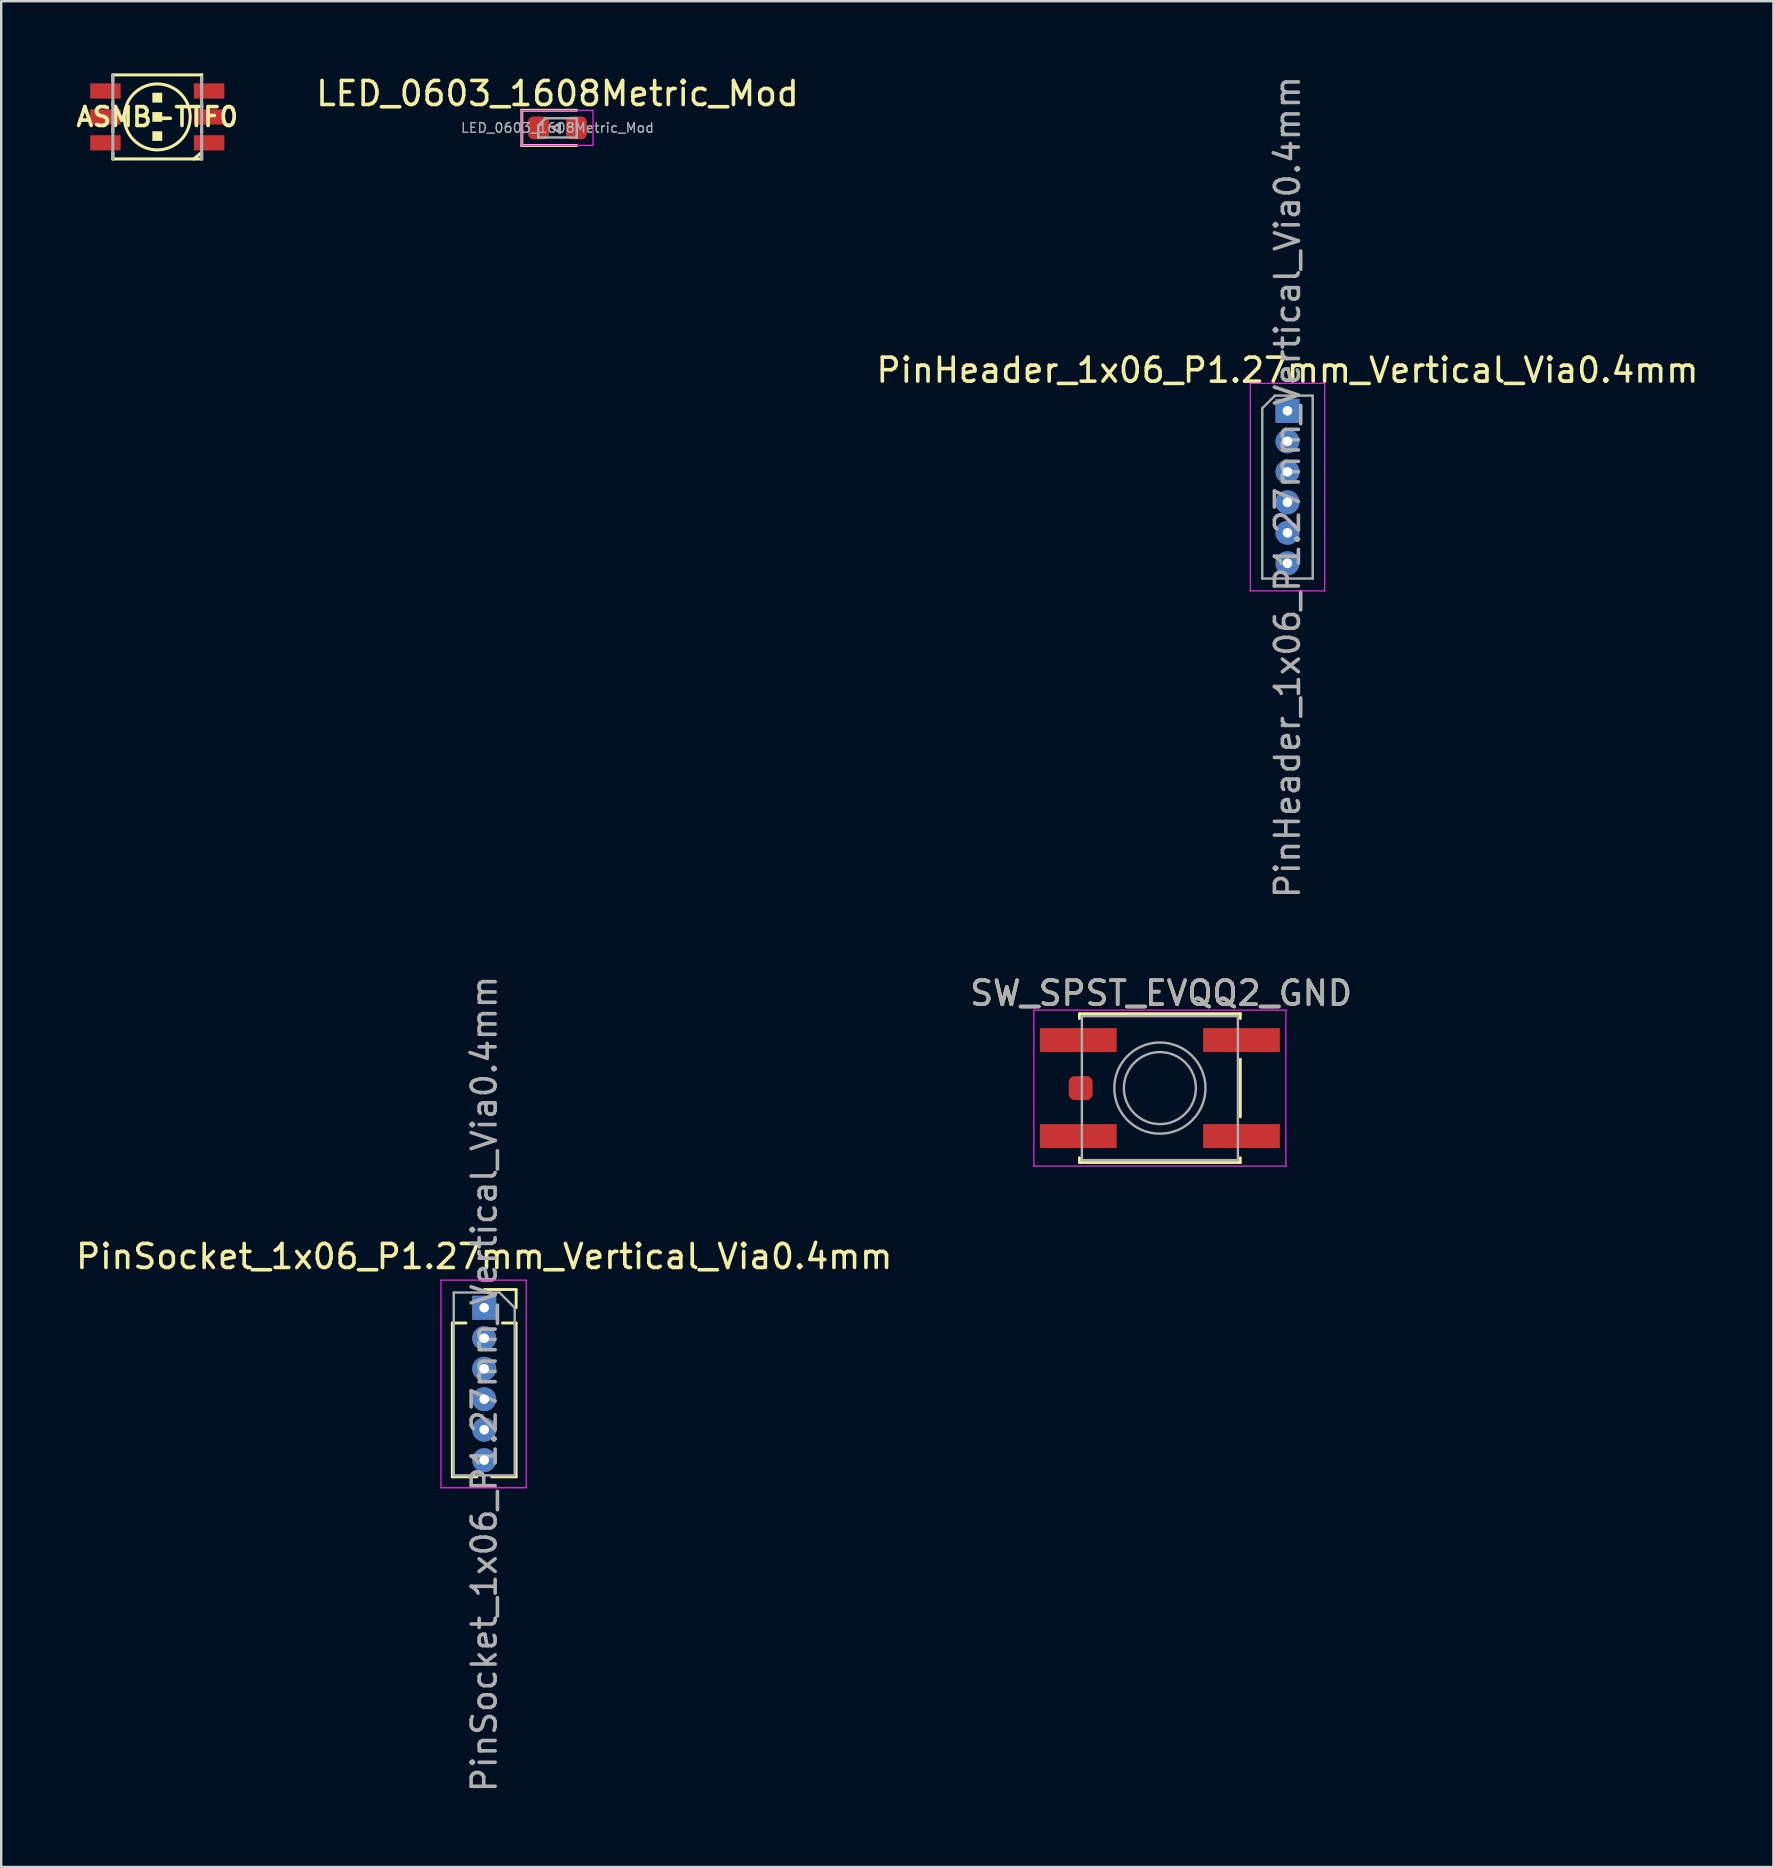
<source format=kicad_pcb>
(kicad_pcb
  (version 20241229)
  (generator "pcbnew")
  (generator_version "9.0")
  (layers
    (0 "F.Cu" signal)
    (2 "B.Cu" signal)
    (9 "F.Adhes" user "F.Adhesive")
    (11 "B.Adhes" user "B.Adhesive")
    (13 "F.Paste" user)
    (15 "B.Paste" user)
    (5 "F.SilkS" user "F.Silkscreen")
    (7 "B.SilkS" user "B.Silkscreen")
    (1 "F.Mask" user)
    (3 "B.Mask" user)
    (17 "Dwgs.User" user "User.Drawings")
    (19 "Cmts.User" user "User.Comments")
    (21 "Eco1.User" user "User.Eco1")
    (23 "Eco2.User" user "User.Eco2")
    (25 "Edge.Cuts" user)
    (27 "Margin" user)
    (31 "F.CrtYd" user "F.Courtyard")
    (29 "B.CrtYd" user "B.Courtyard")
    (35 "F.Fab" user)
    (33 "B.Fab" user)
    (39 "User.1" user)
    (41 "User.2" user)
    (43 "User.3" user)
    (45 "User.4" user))
  (footprint "ASMB-TTF0"
    (layer "F.Cu")
    (at 3.502 1.821)
    (property "Reference" "ASMB-TTF0" (at 0 0 0) (layer "F.SilkS") (effects (font (size 0.787 0.787) (thickness 0.15))))
    (attr smd)
    (fp_line (start -1.85 -1.758) (end -1.85 -1.48) (stroke (width 0.127) (type solid)) (layer "F.SilkS"))
    (fp_line (start -1.85 -1.75) (end 1.85 -1.75) (stroke (width 0.127) (type solid)) (layer "F.SilkS"))
    (fp_line (start -1.85 -0.647) (end -1.85 -0.463) (stroke (width 0.127) (type solid)) (layer "F.SilkS"))
    (fp_line (start -1.85 0.463) (end -1.85 0.647) (stroke (width 0.127) (type solid)) (layer "F.SilkS"))
    (fp_line (start -1.85 1.48) (end -1.85 1.758) (stroke (width 0.127) (type solid)) (layer "F.SilkS"))
    (fp_line (start -1.85 1.75) (end 1.53 1.75) (stroke (width 0.127) (type solid)) (layer "F.SilkS"))
    (fp_line (start 1.53 1.75) (end 1.85 1.48) (stroke (width 0.127) (type solid)) (layer "F.SilkS"))
    (fp_line (start 1.53 1.75) (end 1.85 1.75) (stroke (width 0.127) (type solid)) (layer "F.SilkS"))
    (fp_line (start 1.85 -1.758) (end 1.85 -1.48) (stroke (width 0.127) (type solid)) (layer "F.SilkS"))
    (fp_line (start 1.85 -0.647) (end 1.85 -0.463) (stroke (width 0.127) (type solid)) (layer "F.SilkS"))
    (fp_line (start 1.85 0.463) (end 1.85 0.647) (stroke (width 0.127) (type solid)) (layer "F.SilkS"))
    (fp_line (start 1.85 1.758) (end 1.85 1.48) (stroke (width 0.127) (type solid)) (layer "F.SilkS"))
    (fp_circle (center 0 0) (end 1.374 0) (stroke (width 0.127) (type solid)) (fill no) (layer "F.SilkS"))
    (fp_poly (pts (xy -0.2 -1) (xy 0.2 -1) (xy 0.2 -0.6) (xy -0.2 -0.6)) (stroke (width 0.01) (type solid)) (fill yes) (layer "F.SilkS"))
    (fp_poly (pts (xy -0.2 -0.2) (xy 0.2 -0.2) (xy 0.2 0.2) (xy -0.2 0.2)) (stroke (width 0.01) (type solid)) (fill yes) (layer "F.SilkS"))
    (fp_poly (pts (xy -0.2 0.6) (xy 0.2 0.6) (xy 0.2 1) (xy -0.2 1)) (stroke (width 0.01) (type solid)) (fill yes) (layer "F.SilkS"))
    (fp_line (start -1.85 1.758) (end -1.85 -1.758) (stroke (width 0.127) (type solid)) (layer "F.Fab"))
    (fp_line (start 1.85 -1.665) (end 1.85 1.758) (stroke (width 0.127) (type solid)) (layer "F.Fab"))
    (pad "1" smd rect (at -2.16 -1.08) (size 1.27 0.635) (layers "F.Cu" "F.Mask" "F.Paste"))
    (pad "2" smd rect (at 2.16 -1.08) (size 1.27 0.635) (layers "F.Cu" "F.Mask" "F.Paste"))
    (pad "3" smd rect (at -2.16 0) (size 1.27 0.635) (layers "F.Cu" "F.Mask" "F.Paste"))
    (pad "4" smd rect (at 2.16 0) (size 1.27 0.635) (layers "F.Cu" "F.Mask" "F.Paste"))
    (pad "5" smd rect (at -2.16 1.08) (size 1.27 0.635) (layers "F.Cu" "F.Mask" "F.Paste"))
    (pad "6" smd rect (at 2.16 1.08) (size 1.27 0.635) (layers "F.Cu" "F.Mask" "F.Paste")))
  (footprint "LED_0603_1608Metric_Mod"
    (layer "F.Cu")
    (at 20.177 2.278)
    (property "Reference" "LED_0603_1608Metric_Mod" (at 0 -1.43 0) (layer "F.SilkS") (effects (font (size 1 1) (thickness 0.15))))
    (attr smd)
    (fp_line (start -1.485 -0.735) (end -1.485 0.735) (stroke (width 0.12) (type solid)) (layer "F.SilkS"))
    (fp_line (start -1.485 0.735) (end 0.8 0.735) (stroke (width 0.12) (type solid)) (layer "F.SilkS"))
    (fp_line (start 0.8 -0.735) (end -1.485 -0.735) (stroke (width 0.12) (type solid)) (layer "F.SilkS"))
    (fp_line (start -1.48 -0.73) (end 1.48 -0.73) (stroke (width 0.05) (type solid)) (layer "F.CrtYd"))
    (fp_line (start -1.48 0.73) (end -1.48 -0.73) (stroke (width 0.05) (type solid)) (layer "F.CrtYd"))
    (fp_line (start 1.48 -0.73) (end 1.48 0.73) (stroke (width 0.05) (type solid)) (layer "F.CrtYd"))
    (fp_line (start 1.48 0.73) (end -1.48 0.73) (stroke (width 0.05) (type solid)) (layer "F.CrtYd"))
    (fp_line (start -0.8 -0.1) (end -0.8 0.4) (stroke (width 0.1) (type solid)) (layer "F.Fab"))
    (fp_line (start -0.8 0.4) (end 0.8 0.4) (stroke (width 0.1) (type solid)) (layer "F.Fab"))
    (fp_line (start -0.5 -0.4) (end -0.8 -0.1) (stroke (width 0.1) (type solid)) (layer "F.Fab"))
    (fp_line (start -0.2 0) (end 0.1 0.2) (stroke (width 0.1) (type default)) (layer "F.Fab"))
    (fp_line (start 0.1 -0.2) (end -0.2 0) (stroke (width 0.1) (type default)) (layer "F.Fab"))
    (fp_line (start 0.1 -0.2) (end 0.1 0.2) (stroke (width 0.1) (type solid)) (layer "F.Fab"))
    (fp_line (start 0.8 -0.4) (end -0.5 -0.4) (stroke (width 0.1) (type solid)) (layer "F.Fab"))
    (fp_line (start 0.8 0.4) (end 0.8 -0.4) (stroke (width 0.1) (type solid)) (layer "F.Fab"))
    (fp_text user "${REFERENCE}" (at 0 0 0) (layer "F.Fab") (effects (font (size 0.4 0.4) (thickness 0.06))))
    (pad "1" smd roundrect (at -0.787 0) (size 0.875 0.95) (layers "F.Cu" "F.Mask" "F.Paste") (roundrect_rratio 0.25))
    (pad "2" smd roundrect (at 0.787 0) (size 0.875 0.95) (layers "F.Cu" "F.Mask" "F.Paste") (roundrect_rratio 0.25)))
  (footprint "SW_SPST_EVQQ2_GND"
    (layer "F.Cu")
    (at 45.277 42.286)
    (property "Reference" "SW_SPST_EVQQ2_GND" (at 0.05 -3.95 0) (layer "F.SilkS") (effects (font (size 1 1) (thickness 0.15))))
    (attr smd)
    (fp_line (start -3.35 -3.1) (end -3.35 -2.9) (stroke (width 0.12) (type solid)) (layer "F.SilkS"))
    (fp_line (start -3.35 3.1) (end -3.35 2.9) (stroke (width 0.12) (type solid)) (layer "F.SilkS"))
    (fp_line (start -3.35 3.1) (end 3.35 3.1) (stroke (width 0.12) (type solid)) (layer "F.SilkS"))
    (fp_line (start 3.35 -3.1) (end -3.35 -3.1) (stroke (width 0.12) (type solid)) (layer "F.SilkS"))
    (fp_line (start 3.35 -3.1) (end 3.35 -2.9) (stroke (width 0.12) (type solid)) (layer "F.SilkS"))
    (fp_line (start 3.35 -1.2) (end 3.35 1.2) (stroke (width 0.12) (type solid)) (layer "F.SilkS"))
    (fp_line (start 3.35 3.1) (end 3.35 2.9) (stroke (width 0.12) (type solid)) (layer "F.SilkS"))
    (fp_line (start -5.25 -3.25) (end 5.25 -3.25) (stroke (width 0.05) (type solid)) (layer "F.CrtYd"))
    (fp_line (start -5.25 3.25) (end -5.25 -3.25) (stroke (width 0.05) (type solid)) (layer "F.CrtYd"))
    (fp_line (start 5.25 -3.25) (end 5.25 3.25) (stroke (width 0.05) (type solid)) (layer "F.CrtYd"))
    (fp_line (start 5.25 3.25) (end -5.25 3.25) (stroke (width 0.05) (type solid)) (layer "F.CrtYd"))
    (fp_line (start -3.25 -3) (end 3.25 -3) (stroke (width 0.1) (type solid)) (layer "F.Fab"))
    (fp_line (start -3.25 3) (end -3.25 -3) (stroke (width 0.1) (type solid)) (layer "F.Fab"))
    (fp_line (start 3.25 -3) (end 3.25 3) (stroke (width 0.1) (type solid)) (layer "F.Fab"))
    (fp_line (start 3.25 3) (end -3.25 3) (stroke (width 0.1) (type solid)) (layer "F.Fab"))
    (fp_circle (center 0 0) (end 1.5 0) (stroke (width 0.1) (type solid)) (fill no) (layer "F.Fab"))
    (fp_circle (center 0 0) (end 1.9 0) (stroke (width 0.1) (type solid)) (fill no) (layer "F.Fab"))
    (fp_text user "${REFERENCE}" (at 0.05 -3.95 0) (layer "F.Fab") (effects (font (size 1 1) (thickness 0.15))))
    (pad "1" smd rect (at -3.4 -2) (size 3.2 1) (layers "F.Cu" "F.Mask" "F.Paste"))
    (pad "1" smd roundrect (at -3.3 0) (size 1 1) (layers "F.Cu" "F.Mask" "F.Paste") (roundrect_rratio 0.25))
    (pad "1" smd rect (at 3.4 -2) (size 3.2 1) (layers "F.Cu" "F.Mask" "F.Paste"))
    (pad "2" smd rect (at -3.4 2) (size 3.2 1) (layers "F.Cu" "F.Mask" "F.Paste"))
    (pad "2" smd rect (at 3.4 2) (size 3.2 1) (layers "F.Cu" "F.Mask" "F.Paste")))
  (footprint "PinSocket_1x06_P1.27mm_Vertical_Via0.4mm"
    (layer "F.Cu")
    (at 17.125 51.438)
    (property "Reference" "PinSocket_1x06_P1.27mm_Vertical_Via0.4mm" (at 0 -2.135 0) (layer "F.SilkS") (effects (font (size 1 1) (thickness 0.15))))
    (attr through_hole)
    (fp_line (start -1.33 0.635) (end -1.33 7.045) (stroke (width 0.12) (type solid)) (layer "F.SilkS"))
    (fp_line (start -1.33 0.635) (end -0.76 0.635) (stroke (width 0.12) (type solid)) (layer "F.SilkS"))
    (fp_line (start -1.33 7.045) (end -0.308 7.045) (stroke (width 0.12) (type solid)) (layer "F.SilkS"))
    (fp_line (start 0 -0.76) (end 1.33 -0.76) (stroke (width 0.12) (type solid)) (layer "F.SilkS"))
    (fp_line (start 0.308 7.045) (end 1.33 7.045) (stroke (width 0.12) (type solid)) (layer "F.SilkS"))
    (fp_line (start 0.76 0.635) (end 1.33 0.635) (stroke (width 0.12) (type solid)) (layer "F.SilkS"))
    (fp_line (start 1.33 -0.76) (end 1.33 0) (stroke (width 0.12) (type solid)) (layer "F.SilkS"))
    (fp_line (start 1.33 0.635) (end 1.33 7.045) (stroke (width 0.12) (type solid)) (layer "F.SilkS"))
    (fp_line (start -1.8 -1.15) (end 1.75 -1.15) (stroke (width 0.05) (type solid)) (layer "F.CrtYd"))
    (fp_line (start -1.8 7.5) (end -1.8 -1.15) (stroke (width 0.05) (type solid)) (layer "F.CrtYd"))
    (fp_line (start 1.75 -1.15) (end 1.75 7.5) (stroke (width 0.05) (type solid)) (layer "F.CrtYd"))
    (fp_line (start 1.75 7.5) (end -1.8 7.5) (stroke (width 0.05) (type solid)) (layer "F.CrtYd"))
    (fp_line (start -1.27 -0.635) (end 0.635 -0.635) (stroke (width 0.1) (type solid)) (layer "F.Fab"))
    (fp_line (start -1.27 6.985) (end -1.27 -0.635) (stroke (width 0.1) (type solid)) (layer "F.Fab"))
    (fp_line (start 0.635 -0.635) (end 1.27 0) (stroke (width 0.1) (type solid)) (layer "F.Fab"))
    (fp_line (start 1.27 0) (end 1.27 6.985) (stroke (width 0.1) (type solid)) (layer "F.Fab"))
    (fp_line (start 1.27 6.985) (end -1.27 6.985) (stroke (width 0.1) (type solid)) (layer "F.Fab"))
    (fp_text user "${REFERENCE}" (at 0 3.175 90) (layer "F.Fab") (effects (font (size 1 1) (thickness 0.15))))
    (pad "1" thru_hole rect (at 0 0) (size 1 1) (drill 0.4) (layers "*.Cu" "*.Mask"))
    (pad "2" thru_hole oval (at 0 1.27) (size 1 1) (drill 0.4) (layers "*.Cu" "*.Mask"))
    (pad "3" thru_hole oval (at 0 2.54) (size 1 1) (drill 0.4) (layers "*.Cu" "*.Mask"))
    (pad "4" thru_hole oval (at 0 3.81) (size 1 1) (drill 0.4) (layers "*.Cu" "*.Mask"))
    (pad "5" thru_hole oval (at 0 5.08) (size 1 1) (drill 0.4) (layers "*.Cu" "*.Mask"))
    (pad "6" thru_hole oval (at 0 6.35) (size 1 1) (drill 0.4) (layers "*.Cu" "*.Mask")))
  (footprint "PinHeader_1x06_P1.27mm_Vertical_Via0.4mm"
    (layer "F.Cu")
    (at 50.593 14.069)
    (property "Reference" "PinHeader_1x06_P1.27mm_Vertical_Via0.4mm" (at 0 -1.695 0) (layer "F.SilkS") (effects (font (size 1 1) (thickness 0.15))))
    (attr through_hole)
    (fp_line (start -1.55 -1.15) (end -1.55 7.5) (stroke (width 0.05) (type solid)) (layer "F.CrtYd"))
    (fp_line (start -1.55 7.5) (end 1.55 7.5) (stroke (width 0.05) (type solid)) (layer "F.CrtYd"))
    (fp_line (start 1.55 -1.15) (end -1.55 -1.15) (stroke (width 0.05) (type solid)) (layer "F.CrtYd"))
    (fp_line (start 1.55 7.5) (end 1.55 -1.15) (stroke (width 0.05) (type solid)) (layer "F.CrtYd"))
    (fp_line (start -1.05 -0.11) (end -0.525 -0.635) (stroke (width 0.1) (type solid)) (layer "F.Fab"))
    (fp_line (start -1.05 6.985) (end -1.05 -0.11) (stroke (width 0.1) (type solid)) (layer "F.Fab"))
    (fp_line (start -0.525 -0.635) (end 1.05 -0.635) (stroke (width 0.1) (type solid)) (layer "F.Fab"))
    (fp_line (start 1.05 -0.635) (end 1.05 6.985) (stroke (width 0.1) (type solid)) (layer "F.Fab"))
    (fp_line (start 1.05 6.985) (end -1.05 6.985) (stroke (width 0.1) (type solid)) (layer "F.Fab"))
    (fp_text user "${REFERENCE}" (at 0 3.175 90) (layer "F.Fab") (effects (font (size 1 1) (thickness 0.15))))
    (pad "1" thru_hole rect (at 0 0) (size 1 1) (drill 0.4) (layers "*.Cu" "*.Mask"))
    (pad "2" thru_hole oval (at 0 1.27) (size 1 1) (drill 0.4) (layers "*.Cu" "*.Mask"))
    (pad "3" thru_hole oval (at 0 2.54) (size 1 1) (drill 0.4) (layers "*.Cu" "*.Mask"))
    (pad "4" thru_hole oval (at 0 3.81) (size 1 1) (drill 0.4) (layers "*.Cu" "*.Mask"))
    (pad "5" thru_hole oval (at 0 5.08) (size 1 1) (drill 0.4) (layers "*.Cu" "*.Mask"))
    (pad "6" thru_hole oval (at 0 6.35) (size 1 1) (drill 0.4) (layers "*.Cu" "*.Mask")))
  (gr_rect
    (start -3 -3)
    (end 70.838 74.738)
    (stroke (width 0.1) (type default))
    (fill no)
    (layer "Edge.Cuts")))
</source>
